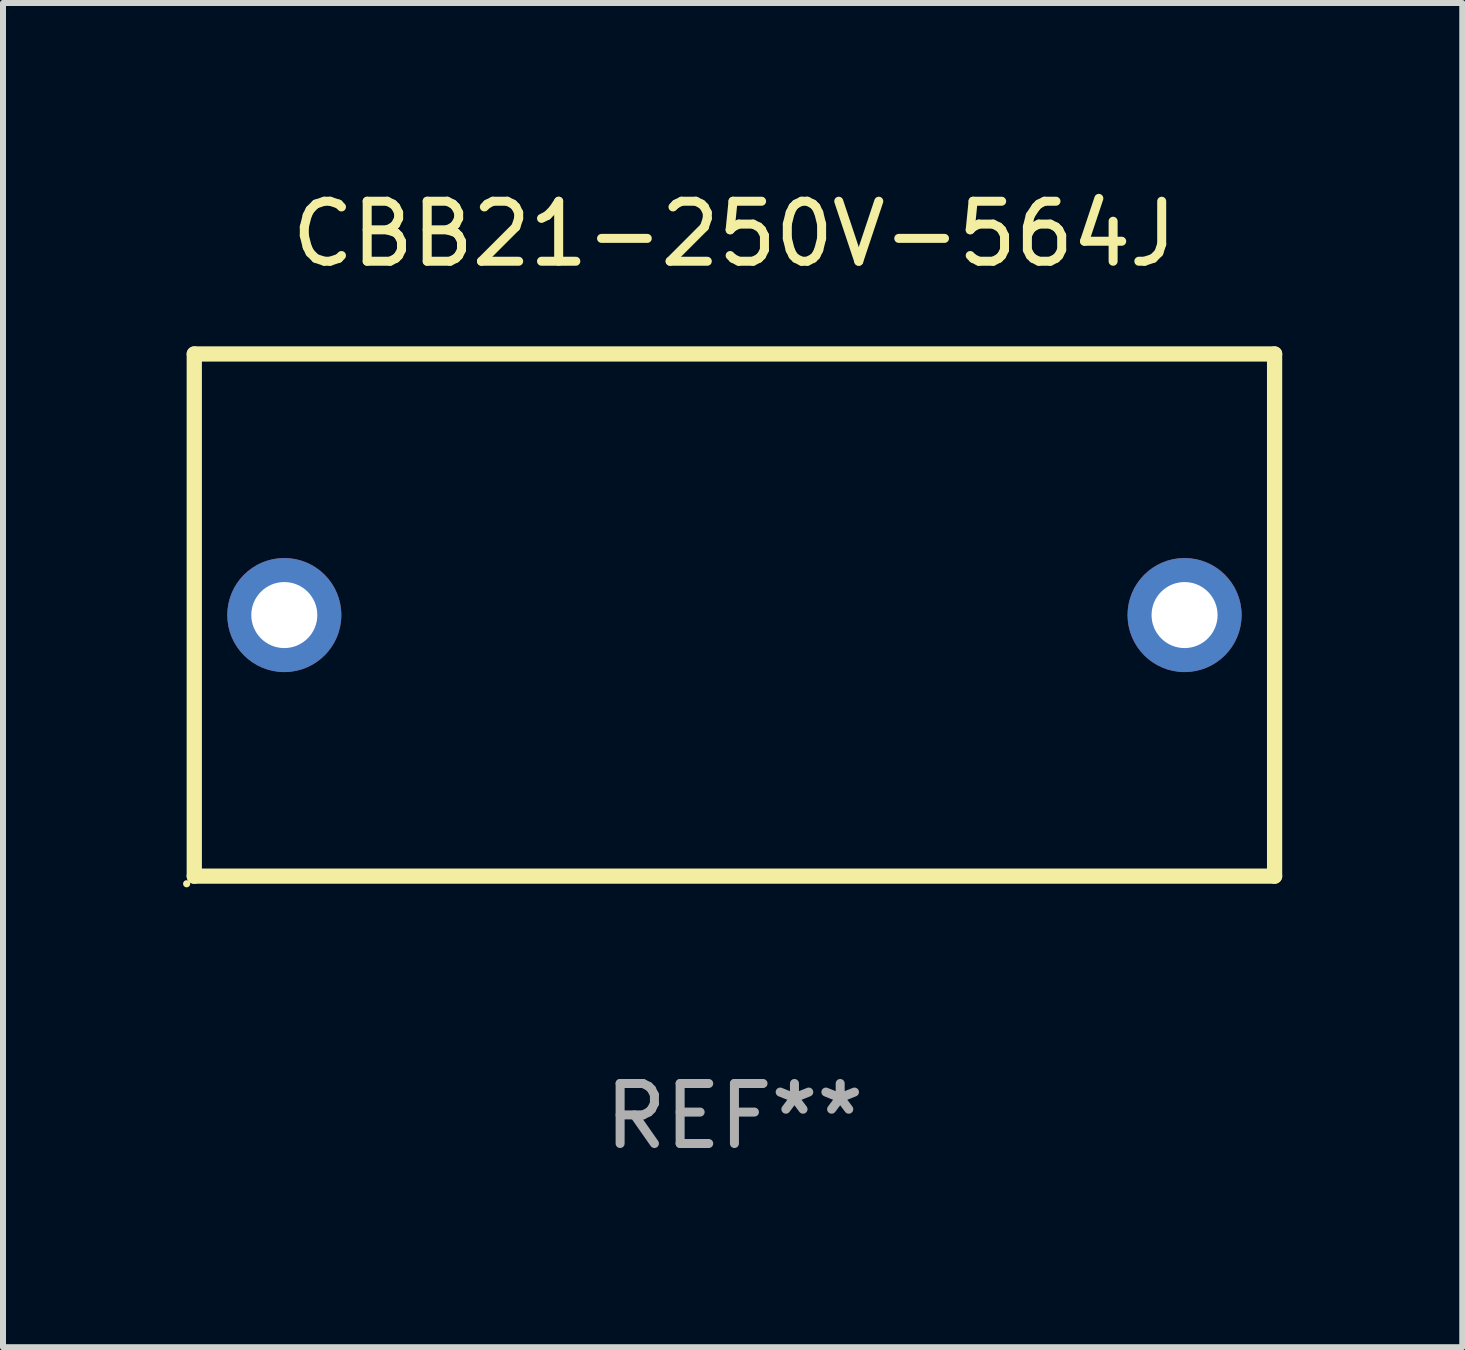
<source format=kicad_pcb>
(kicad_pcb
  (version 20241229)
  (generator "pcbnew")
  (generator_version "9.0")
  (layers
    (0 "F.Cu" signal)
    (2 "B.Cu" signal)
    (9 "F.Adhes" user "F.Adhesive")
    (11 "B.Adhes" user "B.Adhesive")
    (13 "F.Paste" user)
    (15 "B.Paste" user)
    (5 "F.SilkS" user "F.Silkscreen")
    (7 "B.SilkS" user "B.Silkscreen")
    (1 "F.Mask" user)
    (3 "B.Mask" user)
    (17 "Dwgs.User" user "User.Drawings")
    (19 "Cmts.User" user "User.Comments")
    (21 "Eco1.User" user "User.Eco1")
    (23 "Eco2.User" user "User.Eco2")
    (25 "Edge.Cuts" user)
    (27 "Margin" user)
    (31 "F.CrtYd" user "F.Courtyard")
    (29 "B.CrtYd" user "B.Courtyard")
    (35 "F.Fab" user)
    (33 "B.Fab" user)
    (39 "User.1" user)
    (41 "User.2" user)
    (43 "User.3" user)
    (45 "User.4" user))
  (footprint "CBB21-250V-564J"
    (layer "F.Cu")
    (at 9.187 7.198)
    (property "Reference" "CBB21-250V-564J" (at 0 -6.35 0) (layer "F.SilkS") (effects (font (size 1 1) (thickness 0.15))))
    (attr through_hole)
    (fp_line (start -9 -4.35) (end 9 -4.35) (stroke (width 0.254) (type solid)) (layer "F.SilkS"))
    (fp_line (start -9 4.35) (end -9 -4.35) (stroke (width 0.254) (type solid)) (layer "F.SilkS"))
    (fp_line (start 9 4.35) (end -9 4.35) (stroke (width 0.254) (type solid)) (layer "F.SilkS"))
    (fp_line (start 9 4.35) (end 9 -4.35) (stroke (width 0.254) (type solid)) (layer "F.SilkS"))
    (fp_circle (center -9.127 4.477) (end -9.097 4.477) (stroke (width 0.06) (type solid)) (fill no) (layer "F.SilkS"))
    (fp_text user "REF**" (at 0 8.35 0) (layer "F.Fab") (effects (font (size 1 1) (thickness 0.15))))
    (pad "1" thru_hole circle (at -7.5 0) (size 1.9 1.9) (drill 1.1) (layers "*.Cu" "*.Mask"))
    (pad "2" thru_hole circle (at 7.5 0) (size 1.9 1.9) (drill 1.1) (layers "*.Cu" "*.Mask")))
  (gr_rect
    (start -3 -3)
    (end 21.314 19.397)
    (stroke (width 0.1) (type default))
    (fill no)
    (layer "Edge.Cuts")))
</source>
